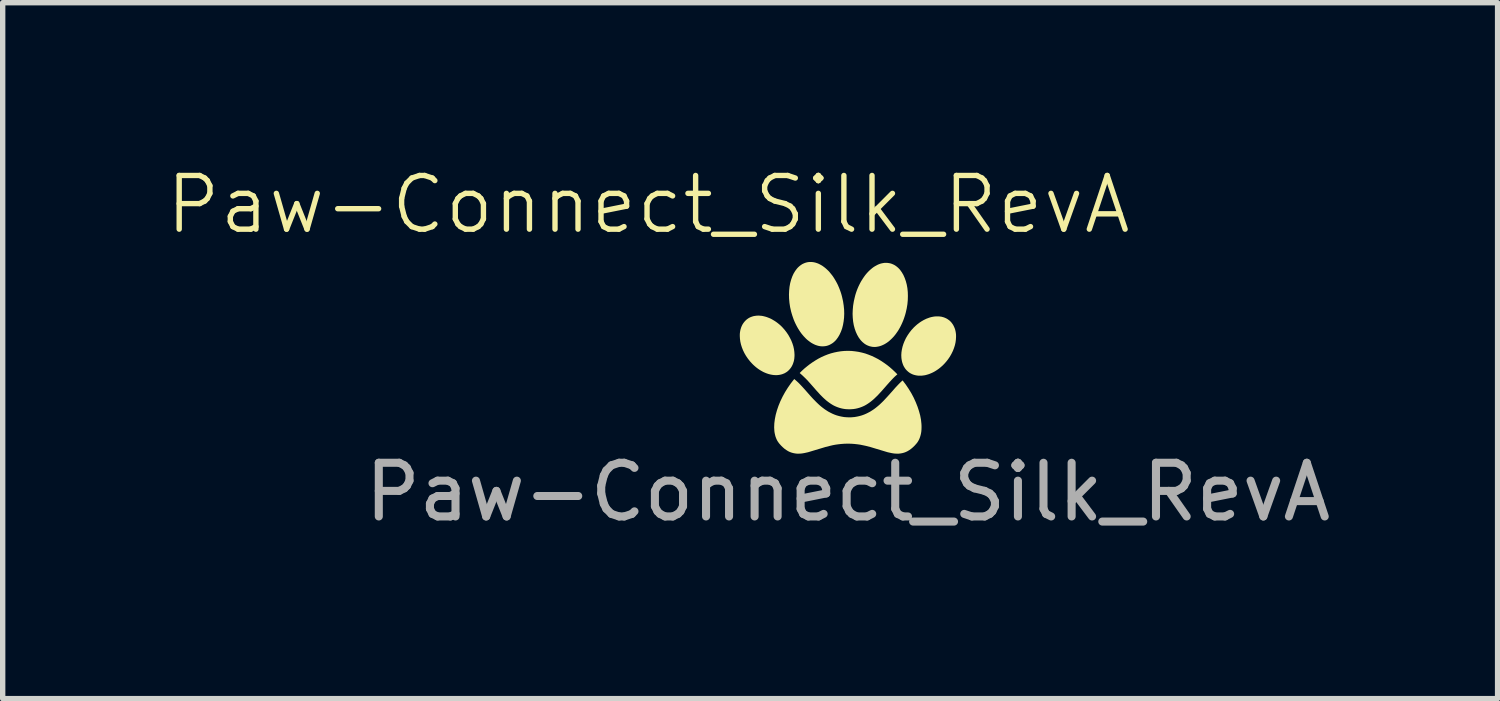
<source format=kicad_pcb>
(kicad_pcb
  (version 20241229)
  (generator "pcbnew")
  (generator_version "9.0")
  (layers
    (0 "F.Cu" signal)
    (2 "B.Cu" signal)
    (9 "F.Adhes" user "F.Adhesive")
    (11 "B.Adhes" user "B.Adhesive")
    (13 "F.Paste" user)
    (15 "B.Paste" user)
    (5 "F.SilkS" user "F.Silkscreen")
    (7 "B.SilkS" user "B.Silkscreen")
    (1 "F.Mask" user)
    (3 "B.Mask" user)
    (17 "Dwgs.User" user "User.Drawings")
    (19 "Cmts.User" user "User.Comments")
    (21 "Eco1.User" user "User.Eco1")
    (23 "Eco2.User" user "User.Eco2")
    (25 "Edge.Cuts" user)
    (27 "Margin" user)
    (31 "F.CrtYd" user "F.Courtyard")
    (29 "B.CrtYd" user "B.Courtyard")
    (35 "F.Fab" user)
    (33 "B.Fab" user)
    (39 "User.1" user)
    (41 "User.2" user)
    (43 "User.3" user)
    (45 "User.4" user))
  (footprint "Paw-Connect_Silk_RevA"
    (layer "F.Cu")
    (at 12.744 3.615)
    (property "Reference" "Paw-Connect_Silk_RevA" (at -3.718 -2.854 0) (unlocked yes) (layer "F.SilkS") (effects (font (size 1 1) (thickness 0.1))))
    (attr board_only exclude_from_pos_files exclude_from_bom allow_missing_courtyard)
    (fp_poly (pts (xy 0.066 -0.128) (xy 0.132 -0.121) (xy 0.198 -0.111) (xy 0.262 -0.097) (xy 0.325 -0.08) (xy 0.386 -0.058) (xy 0.446 -0.034) (xy 0.505 -0.006) (xy 0.563 0.024) (xy 0.619 0.058) (xy 0.673 0.094) (xy 0.726 0.132) (xy 0.778 0.173) (xy 0.827 0.216) (xy 0.875 0.261) (xy 0.921 0.308) (xy 0.894 0.331) (xy 0.868 0.355) (xy 0.843 0.38) (xy 0.818 0.406) (xy 0.77 0.458) (xy 0.723 0.511) (xy 0.631 0.616) (xy 0.584 0.667) (xy 0.561 0.692) (xy 0.537 0.716) (xy 0.51 0.742) (xy 0.484 0.767) (xy 0.456 0.791) (xy 0.429 0.813) (xy 0.401 0.834) (xy 0.372 0.854) (xy 0.342 0.873) (xy 0.312 0.89) (xy 0.28 0.905) (xy 0.248 0.918) (xy 0.214 0.93) (xy 0.179 0.94) (xy 0.143 0.948) (xy 0.105 0.954) (xy 0.066 0.957) (xy 0.025 0.959) (xy 0.004 0.958) (xy -0.016 0.957) (xy -0.036 0.956) (xy -0.055 0.954) (xy -0.074 0.951) (xy -0.093 0.948) (xy -0.129 0.94) (xy -0.164 0.93) (xy -0.198 0.918) (xy -0.23 0.905) (xy -0.262 0.89) (xy -0.292 0.873) (xy -0.322 0.854) (xy -0.351 0.834) (xy -0.379 0.813) (xy -0.407 0.791) (xy -0.434 0.767) (xy -0.461 0.742) (xy -0.487 0.716) (xy -0.512 0.691) (xy -0.537 0.664) (xy -0.587 0.609) (xy -0.686 0.496) (xy -0.736 0.44) (xy -0.762 0.412) (xy -0.788 0.385) (xy -0.815 0.359) (xy -0.842 0.333) (xy -0.87 0.308) (xy -0.899 0.283) (xy -0.854 0.239) (xy -0.807 0.196) (xy -0.758 0.156) (xy -0.708 0.117) (xy -0.656 0.081) (xy -0.603 0.047) (xy -0.549 0.015) (xy -0.493 -0.014) (xy -0.435 -0.04) (xy -0.377 -0.063) (xy -0.317 -0.083) (xy -0.256 -0.099) (xy -0.194 -0.112) (xy -0.131 -0.122) (xy -0.066 -0.128) (xy -0.001 -0.13)) (stroke (width 0) (type solid)) (fill yes) (layer "F.SilkS"))
    (fp_poly (pts (xy -0.681 -1.785) (xy -0.656 -1.783) (xy -0.63 -1.779) (xy -0.605 -1.773) (xy -0.58 -1.765) (xy -0.555 -1.756) (xy -0.53 -1.744) (xy -0.506 -1.731) (xy -0.481 -1.717) (xy -0.457 -1.7) (xy -0.433 -1.682) (xy -0.41 -1.663) (xy -0.387 -1.642) (xy -0.364 -1.62) (xy -0.342 -1.596) (xy -0.321 -1.57) (xy -0.3 -1.544) (xy -0.279 -1.516) (xy -0.26 -1.487) (xy -0.241 -1.456) (xy -0.223 -1.425) (xy -0.205 -1.392) (xy -0.188 -1.358) (xy -0.173 -1.323) (xy -0.158 -1.287) (xy -0.144 -1.25) (xy -0.131 -1.212) (xy -0.119 -1.173) (xy -0.109 -1.134) (xy -0.091 -1.054) (xy -0.079 -0.975) (xy -0.071 -0.897) (xy -0.069 -0.822) (xy -0.072 -0.748) (xy -0.08 -0.678) (xy -0.092 -0.611) (xy -0.108 -0.547) (xy -0.13 -0.487) (xy -0.155 -0.433) (xy -0.184 -0.383) (xy -0.217 -0.338) (xy -0.235 -0.318) (xy -0.254 -0.3) (xy -0.274 -0.283) (xy -0.295 -0.268) (xy -0.317 -0.255) (xy -0.339 -0.243) (xy -0.363 -0.233) (xy -0.387 -0.225) (xy -0.412 -0.219) (xy -0.436 -0.216) (xy -0.461 -0.214) (xy -0.487 -0.214) (xy -0.512 -0.216) (xy -0.537 -0.22) (xy -0.562 -0.226) (xy -0.587 -0.234) (xy -0.612 -0.243) (xy -0.637 -0.255) (xy -0.662 -0.268) (xy -0.686 -0.282) (xy -0.71 -0.299) (xy -0.734 -0.317) (xy -0.758 -0.336) (xy -0.781 -0.357) (xy -0.803 -0.38) (xy -0.825 -0.403) (xy -0.847 -0.429) (xy -0.868 -0.455) (xy -0.888 -0.483) (xy -0.908 -0.513) (xy -0.927 -0.543) (xy -0.945 -0.575) (xy -0.962 -0.607) (xy -0.979 -0.641) (xy -0.995 -0.676) (xy -1.01 -0.712) (xy -1.023 -0.749) (xy -1.036 -0.787) (xy -1.048 -0.826) (xy -1.059 -0.865) (xy -1.077 -0.945) (xy -1.089 -1.024) (xy -1.096 -1.102) (xy -1.098 -1.177) (xy -1.095 -1.251) (xy -1.088 -1.321) (xy -1.076 -1.389) (xy -1.059 -1.452) (xy -1.038 -1.512) (xy -1.013 -1.567) (xy -0.983 -1.617) (xy -0.95 -1.661) (xy -0.932 -1.681) (xy -0.913 -1.699) (xy -0.893 -1.716) (xy -0.872 -1.731) (xy -0.851 -1.745) (xy -0.828 -1.756) (xy -0.805 -1.766) (xy -0.781 -1.774) (xy -0.756 -1.78) (xy -0.731 -1.784) (xy -0.706 -1.785)) (stroke (width 0) (type solid)) (fill yes) (layer "F.SilkS"))
    (fp_poly (pts (xy 0.727 -1.769) (xy 0.752 -1.766) (xy 0.777 -1.762) (xy 0.802 -1.756) (xy 0.826 -1.747) (xy 0.849 -1.737) (xy 0.872 -1.725) (xy 0.893 -1.711) (xy 0.914 -1.695) (xy 0.934 -1.678) (xy 0.953 -1.659) (xy 0.971 -1.639) (xy 1.004 -1.593) (xy 1.033 -1.543) (xy 1.058 -1.487) (xy 1.079 -1.427) (xy 1.096 -1.363) (xy 1.108 -1.296) (xy 1.115 -1.225) (xy 1.117 -1.152) (xy 1.115 -1.076) (xy 1.108 -0.999) (xy 1.095 -0.92) (xy 1.077 -0.841) (xy 1.066 -0.801) (xy 1.054 -0.763) (xy 1.041 -0.725) (xy 1.027 -0.688) (xy 1.012 -0.653) (xy 0.996 -0.618) (xy 0.98 -0.585) (xy 0.962 -0.552) (xy 0.944 -0.521) (xy 0.925 -0.491) (xy 0.905 -0.463) (xy 0.885 -0.435) (xy 0.864 -0.409) (xy 0.842 -0.384) (xy 0.82 -0.361) (xy 0.797 -0.339) (xy 0.774 -0.318) (xy 0.751 -0.299) (xy 0.727 -0.282) (xy 0.702 -0.266) (xy 0.678 -0.252) (xy 0.653 -0.24) (xy 0.628 -0.229) (xy 0.603 -0.22) (xy 0.578 -0.213) (xy 0.553 -0.208) (xy 0.528 -0.204) (xy 0.503 -0.202) (xy 0.478 -0.203) (xy 0.453 -0.205) (xy 0.428 -0.21) (xy 0.403 -0.216) (xy 0.379 -0.225) (xy 0.355 -0.235) (xy 0.333 -0.247) (xy 0.311 -0.261) (xy 0.291 -0.277) (xy 0.271 -0.294) (xy 0.252 -0.313) (xy 0.234 -0.333) (xy 0.201 -0.378) (xy 0.172 -0.429) (xy 0.147 -0.484) (xy 0.126 -0.544) (xy 0.109 -0.608) (xy 0.097 -0.676) (xy 0.09 -0.747) (xy 0.087 -0.82) (xy 0.09 -0.896) (xy 0.097 -0.973) (xy 0.11 -1.052) (xy 0.128 -1.131) (xy 0.128 -1.131) (xy 0.138 -1.17) (xy 0.15 -1.209) (xy 0.163 -1.247) (xy 0.177 -1.283) (xy 0.192 -1.319) (xy 0.208 -1.353) (xy 0.225 -1.387) (xy 0.242 -1.419) (xy 0.261 -1.45) (xy 0.28 -1.48) (xy 0.3 -1.509) (xy 0.32 -1.537) (xy 0.341 -1.563) (xy 0.363 -1.588) (xy 0.385 -1.611) (xy 0.408 -1.633) (xy 0.431 -1.653) (xy 0.454 -1.672) (xy 0.478 -1.69) (xy 0.502 -1.705) (xy 0.527 -1.719) (xy 0.551 -1.732) (xy 0.576 -1.743) (xy 0.601 -1.752) (xy 0.626 -1.759) (xy 0.652 -1.764) (xy 0.677 -1.768) (xy 0.702 -1.769)) (stroke (width 0) (type solid)) (fill yes) (layer "F.SilkS"))
    (fp_poly (pts (xy -1.655 -0.786) (xy -1.631 -0.784) (xy -1.607 -0.782) (xy -1.583 -0.778) (xy -1.559 -0.772) (xy -1.535 -0.766) (xy -1.51 -0.758) (xy -1.486 -0.749) (xy -1.461 -0.739) (xy -1.436 -0.728) (xy -1.412 -0.715) (xy -1.388 -0.701) (xy -1.363 -0.686) (xy -1.339 -0.67) (xy -1.316 -0.653) (xy -1.292 -0.634) (xy -1.269 -0.615) (xy -1.246 -0.594) (xy -1.224 -0.572) (xy -1.182 -0.525) (xy -1.144 -0.476) (xy -1.11 -0.426) (xy -1.081 -0.374) (xy -1.055 -0.322) (xy -1.034 -0.269) (xy -1.017 -0.216) (xy -1.005 -0.162) (xy -0.998 -0.11) (xy -0.995 -0.059) (xy -0.995 -0.034) (xy -0.997 -0.009) (xy -0.999 0.016) (xy -1.003 0.039) (xy -1.008 0.063) (xy -1.015 0.085) (xy -1.022 0.107) (xy -1.031 0.129) (xy -1.041 0.149) (xy -1.052 0.169) (xy -1.065 0.188) (xy -1.079 0.206) (xy -1.094 0.223) (xy -1.11 0.239) (xy -1.126 0.253) (xy -1.144 0.266) (xy -1.162 0.277) (xy -1.181 0.288) (xy -1.201 0.296) (xy -1.221 0.304) (xy -1.242 0.31) (xy -1.264 0.315) (xy -1.286 0.319) (xy -1.308 0.321) (xy -1.331 0.323) (xy -1.354 0.322) (xy -1.378 0.321) (xy -1.402 0.318) (xy -1.426 0.314) (xy -1.45 0.309) (xy -1.474 0.303) (xy -1.499 0.295) (xy -1.524 0.286) (xy -1.548 0.276) (xy -1.573 0.265) (xy -1.597 0.252) (xy -1.622 0.238) (xy -1.646 0.223) (xy -1.67 0.207) (xy -1.693 0.19) (xy -1.717 0.171) (xy -1.74 0.151) (xy -1.763 0.13) (xy -1.785 0.108) (xy -1.827 0.062) (xy -1.865 0.013) (xy -1.899 -0.037) (xy -1.929 -0.089) (xy -1.954 -0.141) (xy -1.975 -0.194) (xy -1.992 -0.248) (xy -2.004 -0.301) (xy -2.011 -0.353) (xy -2.014 -0.405) (xy -2.014 -0.43) (xy -2.013 -0.454) (xy -2.01 -0.479) (xy -2.006 -0.503) (xy -2.001 -0.526) (xy -1.994 -0.549) (xy -1.987 -0.571) (xy -1.978 -0.592) (xy -1.968 -0.613) (xy -1.957 -0.632) (xy -1.944 -0.651) (xy -1.93 -0.669) (xy -1.915 -0.686) (xy -1.899 -0.702) (xy -1.883 -0.716) (xy -1.865 -0.729) (xy -1.847 -0.741) (xy -1.828 -0.751) (xy -1.808 -0.76) (xy -1.788 -0.767) (xy -1.767 -0.774) (xy -1.745 -0.779) (xy -1.723 -0.782) (xy -1.701 -0.785) (xy -1.678 -0.786)) (stroke (width 0) (type solid)) (fill yes) (layer "F.SilkS"))
    (fp_poly (pts (xy 1.678 -0.772) (xy 1.701 -0.771) (xy 1.724 -0.768) (xy 1.746 -0.765) (xy 1.767 -0.759) (xy 1.788 -0.753) (xy 1.808 -0.745) (xy 1.828 -0.736) (xy 1.847 -0.726) (xy 1.865 -0.714) (xy 1.883 -0.701) (xy 1.9 -0.687) (xy 1.916 -0.671) (xy 1.931 -0.654) (xy 1.944 -0.636) (xy 1.957 -0.617) (xy 1.968 -0.597) (xy 1.978 -0.576) (xy 1.987 -0.555) (xy 1.995 -0.533) (xy 2.001 -0.51) (xy 2.006 -0.487) (xy 2.01 -0.463) (xy 2.013 -0.438) (xy 2.014 -0.414) (xy 2.014 -0.388) (xy 2.011 -0.337) (xy 2.004 -0.285) (xy 1.992 -0.232) (xy 1.975 -0.179) (xy 1.954 -0.126) (xy 1.928 -0.073) (xy 1.899 -0.022) (xy 1.865 0.028) (xy 1.827 0.076) (xy 1.784 0.123) (xy 1.762 0.145) (xy 1.739 0.165) (xy 1.716 0.185) (xy 1.693 0.203) (xy 1.669 0.22) (xy 1.645 0.236) (xy 1.621 0.251) (xy 1.596 0.265) (xy 1.572 0.277) (xy 1.547 0.288) (xy 1.523 0.298) (xy 1.498 0.307) (xy 1.474 0.314) (xy 1.449 0.321) (xy 1.425 0.326) (xy 1.401 0.329) (xy 1.377 0.332) (xy 1.354 0.333) (xy 1.33 0.333) (xy 1.308 0.332) (xy 1.285 0.329) (xy 1.263 0.325) (xy 1.242 0.32) (xy 1.221 0.314) (xy 1.2 0.306) (xy 1.181 0.297) (xy 1.162 0.287) (xy 1.143 0.275) (xy 1.126 0.262) (xy 1.109 0.247) (xy 1.093 0.232) (xy 1.078 0.215) (xy 1.064 0.197) (xy 1.052 0.178) (xy 1.04 0.158) (xy 1.03 0.137) (xy 1.022 0.116) (xy 1.014 0.093) (xy 1.008 0.071) (xy 1.003 0.047) (xy 0.999 0.024) (xy 0.996 -0.001) (xy 0.995 -0.026) (xy 0.994 -0.051) (xy 0.997 -0.102) (xy 1.005 -0.154) (xy 1.017 -0.207) (xy 1.034 -0.261) (xy 1.055 -0.313) (xy 1.08 -0.366) (xy 1.11 -0.417) (xy 1.144 -0.467) (xy 1.182 -0.516) (xy 1.224 -0.562) (xy 1.247 -0.584) (xy 1.269 -0.604) (xy 1.292 -0.624) (xy 1.316 -0.642) (xy 1.34 -0.66) (xy 1.364 -0.676) (xy 1.388 -0.69) (xy 1.412 -0.704) (xy 1.437 -0.716) (xy 1.461 -0.728) (xy 1.486 -0.737) (xy 1.51 -0.746) (xy 1.535 -0.754) (xy 1.559 -0.76) (xy 1.584 -0.765) (xy 1.608 -0.769) (xy 1.632 -0.771) (xy 1.655 -0.772)) (stroke (width 0) (type solid)) (fill yes) (layer "F.SilkS"))
    (fp_poly (pts (xy -0.975 0.416) (xy -0.95 0.438) (xy -0.925 0.461) (xy -0.9 0.486) (xy -0.851 0.538) (xy -0.802 0.592) (xy -0.701 0.707) (xy -0.648 0.765) (xy -0.62 0.793) (xy -0.592 0.822) (xy -0.563 0.85) (xy -0.533 0.878) (xy -0.502 0.905) (xy -0.469 0.931) (xy -0.436 0.956) (xy -0.401 0.979) (xy -0.365 1.002) (xy -0.327 1.022) (xy -0.289 1.041) (xy -0.249 1.058) (xy -0.207 1.073) (xy -0.164 1.085) (xy -0.119 1.095) (xy -0.073 1.103) (xy -0.025 1.107) (xy 0.025 1.109) (xy 0.05 1.109) (xy 0.075 1.107) (xy 0.099 1.105) (xy 0.123 1.103) (xy 0.146 1.099) (xy 0.169 1.095) (xy 0.192 1.09) (xy 0.214 1.085) (xy 0.257 1.073) (xy 0.299 1.058) (xy 0.339 1.041) (xy 0.377 1.022) (xy 0.415 1.002) (xy 0.451 0.979) (xy 0.486 0.956) (xy 0.519 0.931) (xy 0.551 0.905) (xy 0.583 0.878) (xy 0.613 0.85) (xy 0.642 0.822) (xy 0.668 0.796) (xy 0.693 0.769) (xy 0.742 0.716) (xy 0.837 0.61) (xy 0.882 0.558) (xy 0.928 0.509) (xy 0.95 0.486) (xy 0.973 0.463) (xy 0.996 0.441) (xy 1.019 0.421) (xy 1.078 0.499) (xy 1.132 0.579) (xy 1.182 0.661) (xy 1.226 0.744) (xy 1.264 0.828) (xy 1.297 0.911) (xy 1.324 0.993) (xy 1.346 1.074) (xy 1.361 1.153) (xy 1.369 1.229) (xy 1.371 1.266) (xy 1.371 1.302) (xy 1.37 1.337) (xy 1.367 1.372) (xy 1.362 1.404) (xy 1.355 1.436) (xy 1.346 1.467) (xy 1.336 1.496) (xy 1.324 1.524) (xy 1.31 1.55) (xy 1.294 1.575) (xy 1.276 1.598) (xy 1.243 1.635) (xy 1.21 1.667) (xy 1.177 1.695) (xy 1.145 1.718) (xy 1.112 1.738) (xy 1.079 1.754) (xy 1.047 1.766) (xy 1.014 1.775) (xy 0.981 1.781) (xy 0.947 1.785) (xy 0.914 1.785) (xy 0.879 1.784) (xy 0.845 1.78) (xy 0.81 1.774) (xy 0.738 1.758) (xy 0.416 1.661) (xy 0.325 1.638) (xy 0.229 1.618) (xy 0.179 1.611) (xy 0.127 1.605) (xy 0.074 1.601) (xy 0.019 1.599) (xy -0.021 1.599) (xy -0.076 1.601) (xy -0.129 1.605) (xy -0.181 1.611) (xy -0.231 1.618) (xy -0.28 1.627) (xy -0.327 1.638) (xy -0.418 1.661) (xy -0.74 1.758) (xy -0.812 1.774) (xy -0.847 1.78) (xy -0.882 1.784) (xy -0.916 1.785) (xy -0.95 1.785) (xy -0.983 1.781) (xy -1.016 1.775) (xy -1.049 1.766) (xy -1.082 1.754) (xy -1.115 1.738) (xy -1.147 1.718) (xy -1.18 1.695) (xy -1.212 1.667) (xy -1.245 1.635) (xy -1.278 1.598) (xy -1.296 1.574) (xy -1.313 1.549) (xy -1.327 1.522) (xy -1.339 1.494) (xy -1.35 1.464) (xy -1.358 1.432) (xy -1.365 1.4) (xy -1.37 1.366) (xy -1.374 1.295) (xy -1.371 1.22) (xy -1.361 1.142) (xy -1.345 1.061) (xy -1.322 0.978) (xy -1.293 0.893) (xy -1.258 0.808) (xy -1.217 0.723) (xy -1.171 0.639) (xy -1.119 0.556) (xy -1.062 0.474) (xy -1 0.395)) (stroke (width 0) (type solid)) (fill yes) (layer "F.SilkS"))
    (fp_text user "${REFERENCE}" (at 0 2.5 0) (unlocked yes) (layer "F.Fab") (effects (font (size 1 1) (thickness 0.15)))))
  (gr_rect
    (start -3 -3)
    (end 24.845 9.963)
    (stroke (width 0.1) (type default))
    (fill no)
    (layer "Edge.Cuts")))
</source>
